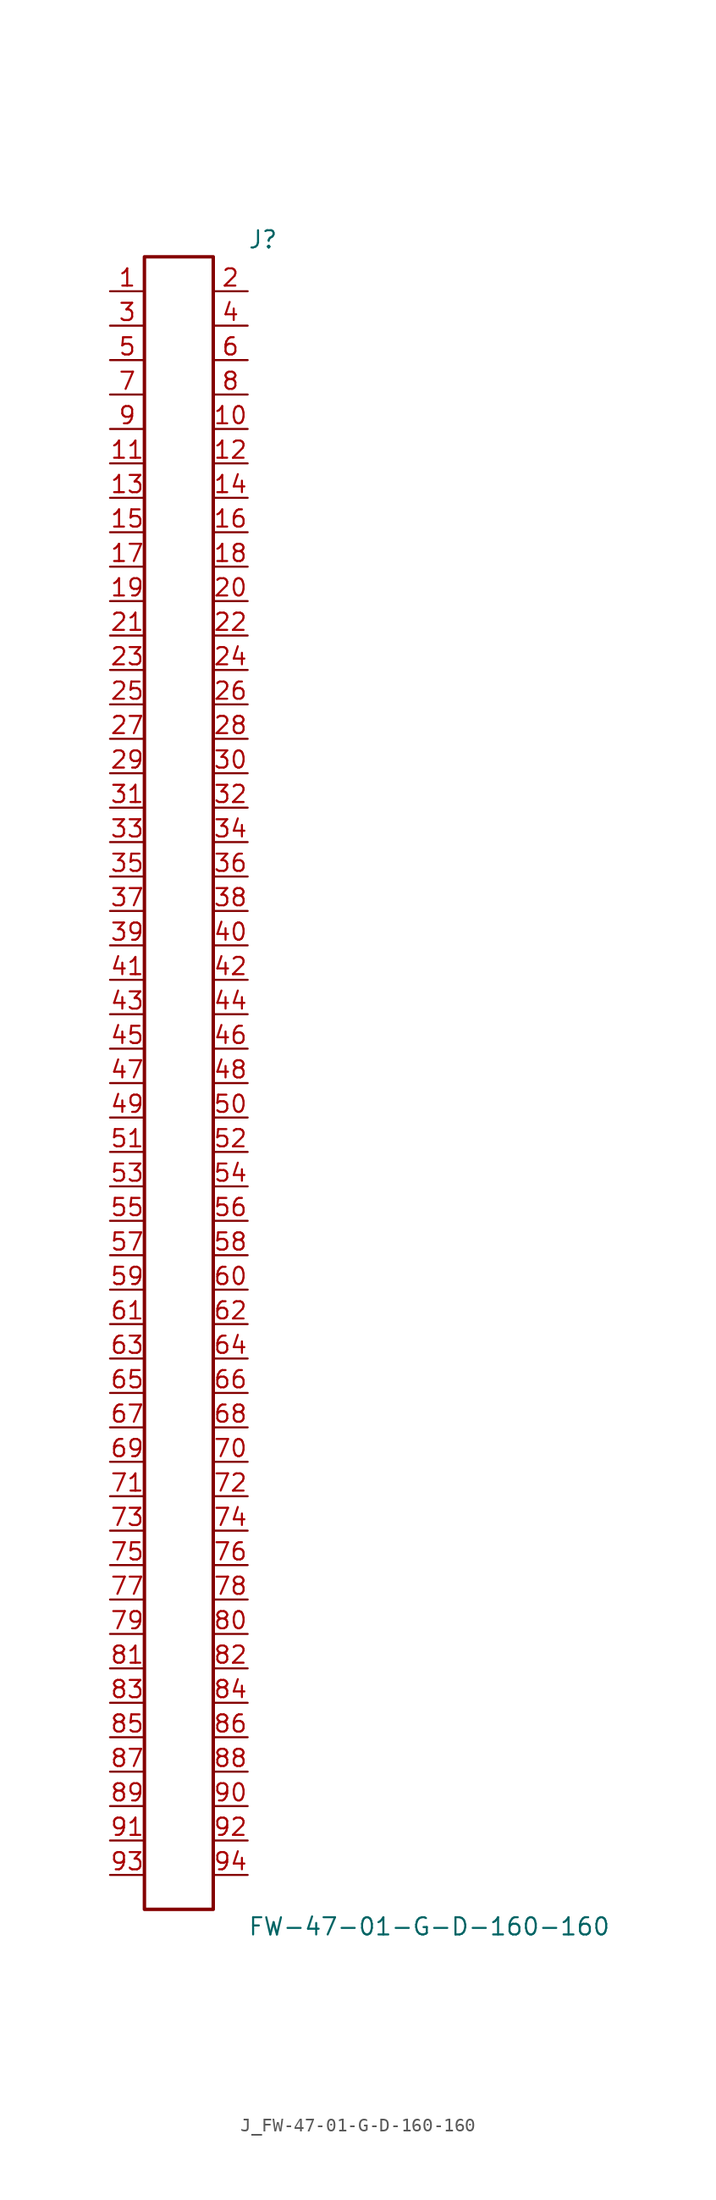
<source format=kicad_sym>
(kicad_symbol_lib
  (version 20231120)
  (generator kicad_symbol_editor)
  (generator_version 8.0)
  (symbol "J_FW-47-01-G-D-160-160"
    (pin_names
      (offset 0.254))
    (property "Reference" "J"
      (at 5.08 62.23 0)
      (effects (font (size 1.27 1.27)) (justify left)))
    (property "Value" "FW-47-01-G-D-160-160"
      (at 5.08 -62.23 0)
      (effects (font (size 1.27 1.27)) (justify left)))
    (symbol "J_FW-47-01-G-D-160-160_0_0"
      (pin unspecified line (at -5.08 58.42 0) (length 2.54) (name "" (effects (font (size 1.27 1.27)))) (number "1" (effects (font (size 1.27 1.27)))))
      (pin unspecified line (at 5.08 58.42 180) (length 2.54) (name "" (effects (font (size 1.27 1.27)))) (number "2" (effects (font (size 1.27 1.27)))))
      (pin unspecified line (at -5.08 55.88 0) (length 2.54) (name "" (effects (font (size 1.27 1.27)))) (number "3" (effects (font (size 1.27 1.27)))))
      (pin unspecified line (at 5.08 55.88 180) (length 2.54) (name "" (effects (font (size 1.27 1.27)))) (number "4" (effects (font (size 1.27 1.27)))))
      (pin unspecified line (at -5.08 53.34 0) (length 2.54) (name "" (effects (font (size 1.27 1.27)))) (number "5" (effects (font (size 1.27 1.27)))))
      (pin unspecified line (at 5.08 53.34 180) (length 2.54) (name "" (effects (font (size 1.27 1.27)))) (number "6" (effects (font (size 1.27 1.27)))))
      (pin unspecified line (at -5.08 50.8 0) (length 2.54) (name "" (effects (font (size 1.27 1.27)))) (number "7" (effects (font (size 1.27 1.27)))))
      (pin unspecified line (at 5.08 50.8 180) (length 2.54) (name "" (effects (font (size 1.27 1.27)))) (number "8" (effects (font (size 1.27 1.27)))))
      (pin unspecified line (at -5.08 48.26 0) (length 2.54) (name "" (effects (font (size 1.27 1.27)))) (number "9" (effects (font (size 1.27 1.27)))))
      (pin unspecified line (at 5.08 48.26 180) (length 2.54) (name "" (effects (font (size 1.27 1.27)))) (number "10" (effects (font (size 1.27 1.27)))))
      (pin unspecified line (at -5.08 45.72 0) (length 2.54) (name "" (effects (font (size 1.27 1.27)))) (number "11" (effects (font (size 1.27 1.27)))))
      (pin unspecified line (at 5.08 45.72 180) (length 2.54) (name "" (effects (font (size 1.27 1.27)))) (number "12" (effects (font (size 1.27 1.27)))))
      (pin unspecified line (at -5.08 43.18 0) (length 2.54) (name "" (effects (font (size 1.27 1.27)))) (number "13" (effects (font (size 1.27 1.27)))))
      (pin unspecified line (at 5.08 43.18 180) (length 2.54) (name "" (effects (font (size 1.27 1.27)))) (number "14" (effects (font (size 1.27 1.27)))))
      (pin unspecified line (at -5.08 40.64 0) (length 2.54) (name "" (effects (font (size 1.27 1.27)))) (number "15" (effects (font (size 1.27 1.27)))))
      (pin unspecified line (at 5.08 40.64 180) (length 2.54) (name "" (effects (font (size 1.27 1.27)))) (number "16" (effects (font (size 1.27 1.27)))))
      (pin unspecified line (at -5.08 38.1 0) (length 2.54) (name "" (effects (font (size 1.27 1.27)))) (number "17" (effects (font (size 1.27 1.27)))))
      (pin unspecified line (at 5.08 38.1 180) (length 2.54) (name "" (effects (font (size 1.27 1.27)))) (number "18" (effects (font (size 1.27 1.27)))))
      (pin unspecified line (at -5.08 35.56 0) (length 2.54) (name "" (effects (font (size 1.27 1.27)))) (number "19" (effects (font (size 1.27 1.27)))))
      (pin unspecified line (at 5.08 35.56 180) (length 2.54) (name "" (effects (font (size 1.27 1.27)))) (number "20" (effects (font (size 1.27 1.27)))))
      (pin unspecified line (at -5.08 33.02 0) (length 2.54) (name "" (effects (font (size 1.27 1.27)))) (number "21" (effects (font (size 1.27 1.27)))))
      (pin unspecified line (at 5.08 33.02 180) (length 2.54) (name "" (effects (font (size 1.27 1.27)))) (number "22" (effects (font (size 1.27 1.27)))))
      (pin unspecified line (at -5.08 30.48 0) (length 2.54) (name "" (effects (font (size 1.27 1.27)))) (number "23" (effects (font (size 1.27 1.27)))))
      (pin unspecified line (at 5.08 30.48 180) (length 2.54) (name "" (effects (font (size 1.27 1.27)))) (number "24" (effects (font (size 1.27 1.27)))))
      (pin unspecified line (at -5.08 27.94 0) (length 2.54) (name "" (effects (font (size 1.27 1.27)))) (number "25" (effects (font (size 1.27 1.27)))))
      (pin unspecified line (at 5.08 27.94 180) (length 2.54) (name "" (effects (font (size 1.27 1.27)))) (number "26" (effects (font (size 1.27 1.27)))))
      (pin unspecified line (at -5.08 25.4 0) (length 2.54) (name "" (effects (font (size 1.27 1.27)))) (number "27" (effects (font (size 1.27 1.27)))))
      (pin unspecified line (at 5.08 25.4 180) (length 2.54) (name "" (effects (font (size 1.27 1.27)))) (number "28" (effects (font (size 1.27 1.27)))))
      (pin unspecified line (at -5.08 22.86 0) (length 2.54) (name "" (effects (font (size 1.27 1.27)))) (number "29" (effects (font (size 1.27 1.27)))))
      (pin unspecified line (at 5.08 22.86 180) (length 2.54) (name "" (effects (font (size 1.27 1.27)))) (number "30" (effects (font (size 1.27 1.27)))))
      (pin unspecified line (at -5.08 20.32 0) (length 2.54) (name "" (effects (font (size 1.27 1.27)))) (number "31" (effects (font (size 1.27 1.27)))))
      (pin unspecified line (at 5.08 20.32 180) (length 2.54) (name "" (effects (font (size 1.27 1.27)))) (number "32" (effects (font (size 1.27 1.27)))))
      (pin unspecified line (at -5.08 17.78 0) (length 2.54) (name "" (effects (font (size 1.27 1.27)))) (number "33" (effects (font (size 1.27 1.27)))))
      (pin unspecified line (at 5.08 17.78 180) (length 2.54) (name "" (effects (font (size 1.27 1.27)))) (number "34" (effects (font (size 1.27 1.27)))))
      (pin unspecified line (at -5.08 15.24 0) (length 2.54) (name "" (effects (font (size 1.27 1.27)))) (number "35" (effects (font (size 1.27 1.27)))))
      (pin unspecified line (at 5.08 15.24 180) (length 2.54) (name "" (effects (font (size 1.27 1.27)))) (number "36" (effects (font (size 1.27 1.27)))))
      (pin unspecified line (at -5.08 12.7 0) (length 2.54) (name "" (effects (font (size 1.27 1.27)))) (number "37" (effects (font (size 1.27 1.27)))))
      (pin unspecified line (at 5.08 12.7 180) (length 2.54) (name "" (effects (font (size 1.27 1.27)))) (number "38" (effects (font (size 1.27 1.27)))))
      (pin unspecified line (at -5.08 10.16 0) (length 2.54) (name "" (effects (font (size 1.27 1.27)))) (number "39" (effects (font (size 1.27 1.27)))))
      (pin unspecified line (at 5.08 10.16 180) (length 2.54) (name "" (effects (font (size 1.27 1.27)))) (number "40" (effects (font (size 1.27 1.27)))))
      (pin unspecified line (at -5.08 7.62 0) (length 2.54) (name "" (effects (font (size 1.27 1.27)))) (number "41" (effects (font (size 1.27 1.27)))))
      (pin unspecified line (at 5.08 7.62 180) (length 2.54) (name "" (effects (font (size 1.27 1.27)))) (number "42" (effects (font (size 1.27 1.27)))))
      (pin unspecified line (at -5.08 5.08 0) (length 2.54) (name "" (effects (font (size 1.27 1.27)))) (number "43" (effects (font (size 1.27 1.27)))))
      (pin unspecified line (at 5.08 5.08 180) (length 2.54) (name "" (effects (font (size 1.27 1.27)))) (number "44" (effects (font (size 1.27 1.27)))))
      (pin unspecified line (at -5.08 2.54 0) (length 2.54) (name "" (effects (font (size 1.27 1.27)))) (number "45" (effects (font (size 1.27 1.27)))))
      (pin unspecified line (at 5.08 2.54 180) (length 2.54) (name "" (effects (font (size 1.27 1.27)))) (number "46" (effects (font (size 1.27 1.27)))))
      (pin unspecified line (at -5.08 0.0 0) (length 2.54) (name "" (effects (font (size 1.27 1.27)))) (number "47" (effects (font (size 1.27 1.27)))))
      (pin unspecified line (at 5.08 0.0 180) (length 2.54) (name "" (effects (font (size 1.27 1.27)))) (number "48" (effects (font (size 1.27 1.27)))))
      (pin unspecified line (at -5.08 -2.54 0) (length 2.54) (name "" (effects (font (size 1.27 1.27)))) (number "49" (effects (font (size 1.27 1.27)))))
      (pin unspecified line (at 5.08 -2.54 180) (length 2.54) (name "" (effects (font (size 1.27 1.27)))) (number "50" (effects (font (size 1.27 1.27)))))
      (pin unspecified line (at -5.08 -5.08 0) (length 2.54) (name "" (effects (font (size 1.27 1.27)))) (number "51" (effects (font (size 1.27 1.27)))))
      (pin unspecified line (at 5.08 -5.08 180) (length 2.54) (name "" (effects (font (size 1.27 1.27)))) (number "52" (effects (font (size 1.27 1.27)))))
      (pin unspecified line (at -5.08 -7.62 0) (length 2.54) (name "" (effects (font (size 1.27 1.27)))) (number "53" (effects (font (size 1.27 1.27)))))
      (pin unspecified line (at 5.08 -7.62 180) (length 2.54) (name "" (effects (font (size 1.27 1.27)))) (number "54" (effects (font (size 1.27 1.27)))))
      (pin unspecified line (at -5.08 -10.16 0) (length 2.54) (name "" (effects (font (size 1.27 1.27)))) (number "55" (effects (font (size 1.27 1.27)))))
      (pin unspecified line (at 5.08 -10.16 180) (length 2.54) (name "" (effects (font (size 1.27 1.27)))) (number "56" (effects (font (size 1.27 1.27)))))
      (pin unspecified line (at -5.08 -12.7 0) (length 2.54) (name "" (effects (font (size 1.27 1.27)))) (number "57" (effects (font (size 1.27 1.27)))))
      (pin unspecified line (at 5.08 -12.7 180) (length 2.54) (name "" (effects (font (size 1.27 1.27)))) (number "58" (effects (font (size 1.27 1.27)))))
      (pin unspecified line (at -5.08 -15.24 0) (length 2.54) (name "" (effects (font (size 1.27 1.27)))) (number "59" (effects (font (size 1.27 1.27)))))
      (pin unspecified line (at 5.08 -15.24 180) (length 2.54) (name "" (effects (font (size 1.27 1.27)))) (number "60" (effects (font (size 1.27 1.27)))))
      (pin unspecified line (at -5.08 -17.78 0) (length 2.54) (name "" (effects (font (size 1.27 1.27)))) (number "61" (effects (font (size 1.27 1.27)))))
      (pin unspecified line (at 5.08 -17.78 180) (length 2.54) (name "" (effects (font (size 1.27 1.27)))) (number "62" (effects (font (size 1.27 1.27)))))
      (pin unspecified line (at -5.08 -20.32 0) (length 2.54) (name "" (effects (font (size 1.27 1.27)))) (number "63" (effects (font (size 1.27 1.27)))))
      (pin unspecified line (at 5.08 -20.32 180) (length 2.54) (name "" (effects (font (size 1.27 1.27)))) (number "64" (effects (font (size 1.27 1.27)))))
      (pin unspecified line (at -5.08 -22.86 0) (length 2.54) (name "" (effects (font (size 1.27 1.27)))) (number "65" (effects (font (size 1.27 1.27)))))
      (pin unspecified line (at 5.08 -22.86 180) (length 2.54) (name "" (effects (font (size 1.27 1.27)))) (number "66" (effects (font (size 1.27 1.27)))))
      (pin unspecified line (at -5.08 -25.4 0) (length 2.54) (name "" (effects (font (size 1.27 1.27)))) (number "67" (effects (font (size 1.27 1.27)))))
      (pin unspecified line (at 5.08 -25.4 180) (length 2.54) (name "" (effects (font (size 1.27 1.27)))) (number "68" (effects (font (size 1.27 1.27)))))
      (pin unspecified line (at -5.08 -27.94 0) (length 2.54) (name "" (effects (font (size 1.27 1.27)))) (number "69" (effects (font (size 1.27 1.27)))))
      (pin unspecified line (at 5.08 -27.94 180) (length 2.54) (name "" (effects (font (size 1.27 1.27)))) (number "70" (effects (font (size 1.27 1.27)))))
      (pin unspecified line (at -5.08 -30.48 0) (length 2.54) (name "" (effects (font (size 1.27 1.27)))) (number "71" (effects (font (size 1.27 1.27)))))
      (pin unspecified line (at 5.08 -30.48 180) (length 2.54) (name "" (effects (font (size 1.27 1.27)))) (number "72" (effects (font (size 1.27 1.27)))))
      (pin unspecified line (at -5.08 -33.02 0) (length 2.54) (name "" (effects (font (size 1.27 1.27)))) (number "73" (effects (font (size 1.27 1.27)))))
      (pin unspecified line (at 5.08 -33.02 180) (length 2.54) (name "" (effects (font (size 1.27 1.27)))) (number "74" (effects (font (size 1.27 1.27)))))
      (pin unspecified line (at -5.08 -35.56 0) (length 2.54) (name "" (effects (font (size 1.27 1.27)))) (number "75" (effects (font (size 1.27 1.27)))))
      (pin unspecified line (at 5.08 -35.56 180) (length 2.54) (name "" (effects (font (size 1.27 1.27)))) (number "76" (effects (font (size 1.27 1.27)))))
      (pin unspecified line (at -5.08 -38.1 0) (length 2.54) (name "" (effects (font (size 1.27 1.27)))) (number "77" (effects (font (size 1.27 1.27)))))
      (pin unspecified line (at 5.08 -38.1 180) (length 2.54) (name "" (effects (font (size 1.27 1.27)))) (number "78" (effects (font (size 1.27 1.27)))))
      (pin unspecified line (at -5.08 -40.64 0) (length 2.54) (name "" (effects (font (size 1.27 1.27)))) (number "79" (effects (font (size 1.27 1.27)))))
      (pin unspecified line (at 5.08 -40.64 180) (length 2.54) (name "" (effects (font (size 1.27 1.27)))) (number "80" (effects (font (size 1.27 1.27)))))
      (pin unspecified line (at -5.08 -43.18 0) (length 2.54) (name "" (effects (font (size 1.27 1.27)))) (number "81" (effects (font (size 1.27 1.27)))))
      (pin unspecified line (at 5.08 -43.18 180) (length 2.54) (name "" (effects (font (size 1.27 1.27)))) (number "82" (effects (font (size 1.27 1.27)))))
      (pin unspecified line (at -5.08 -45.72 0) (length 2.54) (name "" (effects (font (size 1.27 1.27)))) (number "83" (effects (font (size 1.27 1.27)))))
      (pin unspecified line (at 5.08 -45.72 180) (length 2.54) (name "" (effects (font (size 1.27 1.27)))) (number "84" (effects (font (size 1.27 1.27)))))
      (pin unspecified line (at -5.08 -48.26 0) (length 2.54) (name "" (effects (font (size 1.27 1.27)))) (number "85" (effects (font (size 1.27 1.27)))))
      (pin unspecified line (at 5.08 -48.26 180) (length 2.54) (name "" (effects (font (size 1.27 1.27)))) (number "86" (effects (font (size 1.27 1.27)))))
      (pin unspecified line (at -5.08 -50.8 0) (length 2.54) (name "" (effects (font (size 1.27 1.27)))) (number "87" (effects (font (size 1.27 1.27)))))
      (pin unspecified line (at 5.08 -50.8 180) (length 2.54) (name "" (effects (font (size 1.27 1.27)))) (number "88" (effects (font (size 1.27 1.27)))))
      (pin unspecified line (at -5.08 -53.34 0) (length 2.54) (name "" (effects (font (size 1.27 1.27)))) (number "89" (effects (font (size 1.27 1.27)))))
      (pin unspecified line (at 5.08 -53.34 180) (length 2.54) (name "" (effects (font (size 1.27 1.27)))) (number "90" (effects (font (size 1.27 1.27)))))
      (pin unspecified line (at -5.08 -55.88 0) (length 2.54) (name "" (effects (font (size 1.27 1.27)))) (number "91" (effects (font (size 1.27 1.27)))))
      (pin unspecified line (at 5.08 -55.88 180) (length 2.54) (name "" (effects (font (size 1.27 1.27)))) (number "92" (effects (font (size 1.27 1.27)))))
      (pin unspecified line (at -5.08 -58.42 0) (length 2.54) (name "" (effects (font (size 1.27 1.27)))) (number "93" (effects (font (size 1.27 1.27)))))
      (pin unspecified line (at 5.08 -58.42 180) (length 2.54) (name "" (effects (font (size 1.27 1.27)))) (number "94" (effects (font (size 1.27 1.27))))))
    (symbol "J_FW-47-01-G-D-160-160_1_0"
      (rectangle (start -2.54 60.96) (end 2.54 -60.96) (stroke (width 0.254) (type solid)) (fill (type none))))))
</source>
